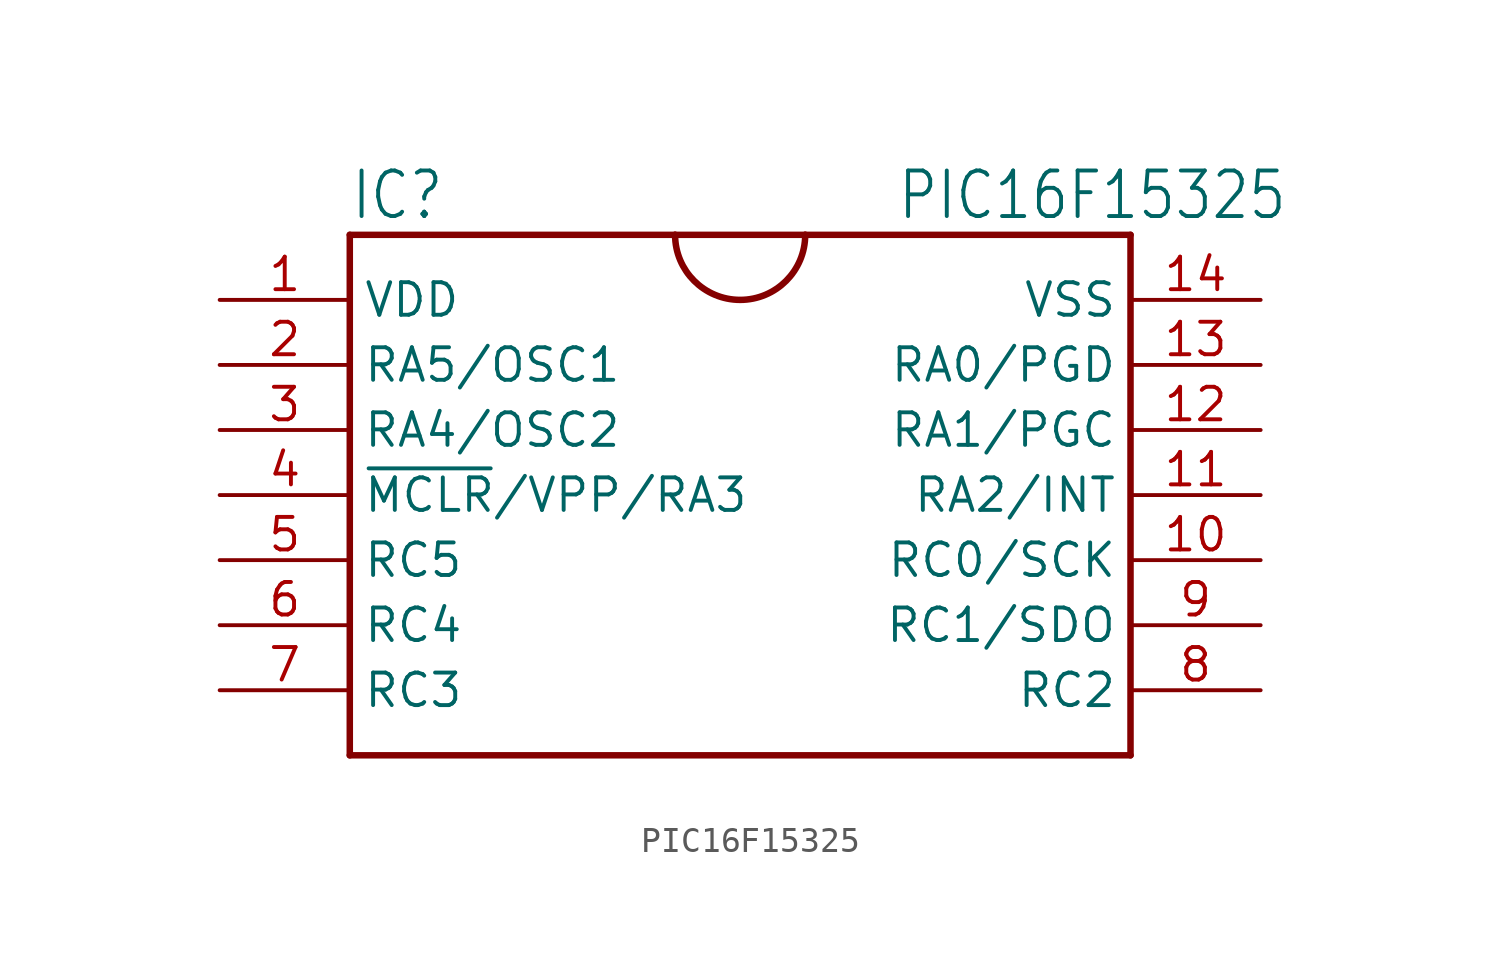
<source format=kicad_sym>
(kicad_symbol_lib
  (version 20211014)
  (generator kicad_symbol_editor)
  (symbol "PIC16F15325"
    (property "Reference" "IC"
      (at -15.24 8.128 0)
      (effects (font (size 1.778 1.511)) (justify left bottom)))
    (property "Value" "PIC16F15325"
      (at 6.096 8.128 0)
      (effects (font (size 1.778 1.511)) (justify left bottom)))
    (property "ki_locked" ""
      (at 0 0 0)
      (effects (font (size 1.27 1.27))))
    (symbol "PIC16F15325_1_0"
      (arc (start -2.54 7.62) (mid 0 5.08) (end 2.54 7.62) (stroke (width 0.254) (type default) (color 0 0 0 0)) (fill (type none)))
      (polyline (pts (xy -15.24 -12.7) (xy 15.24 -12.7)) (stroke (width 0.254) (type default) (color 0 0 0 0)) (fill (type none)))
      (polyline (pts (xy -15.24 7.62) (xy -15.24 -12.7)) (stroke (width 0.254) (type default) (color 0 0 0 0)) (fill (type none)))
      (polyline (pts (xy -2.54 7.62) (xy -15.24 7.62)) (stroke (width 0.254) (type default) (color 0 0 0 0)) (fill (type none)))
      (polyline (pts (xy 2.54 7.62) (xy -2.54 7.62)) (stroke (width 0.254) (type default) (color 0 0 0 0)) (fill (type none)))
      (polyline (pts (xy 15.24 -12.7) (xy 15.24 7.62)) (stroke (width 0.254) (type default) (color 0 0 0 0)) (fill (type none)))
      (polyline (pts (xy 15.24 7.62) (xy 2.54 7.62)) (stroke (width 0.254) (type default) (color 0 0 0 0)) (fill (type none)))
      (pin power_in line (at -20.32 5.08 0) (length 5.08) (name "VDD" (effects (font (size 1.27 1.27)))) (number "1" (effects (font (size 1.27 1.27)))))
      (pin bidirectional line (at 20.32 -5.08 180) (length 5.08) (name "RC0/SCK" (effects (font (size 1.27 1.27)))) (number "10" (effects (font (size 1.27 1.27)))))
      (pin bidirectional line (at 20.32 -2.54 180) (length 5.08) (name "RA2/INT" (effects (font (size 1.27 1.27)))) (number "11" (effects (font (size 1.27 1.27)))))
      (pin bidirectional line (at 20.32 0 180) (length 5.08) (name "RA1/PGC" (effects (font (size 1.27 1.27)))) (number "12" (effects (font (size 1.27 1.27)))))
      (pin bidirectional line (at 20.32 2.54 180) (length 5.08) (name "RA0/PGD" (effects (font (size 1.27 1.27)))) (number "13" (effects (font (size 1.27 1.27)))))
      (pin power_in line (at 20.32 5.08 180) (length 5.08) (name "VSS" (effects (font (size 1.27 1.27)))) (number "14" (effects (font (size 1.27 1.27)))))
      (pin bidirectional line (at -20.32 2.54 0) (length 5.08) (name "RA5/OSC1" (effects (font (size 1.27 1.27)))) (number "2" (effects (font (size 1.27 1.27)))))
      (pin bidirectional line (at -20.32 0 0) (length 5.08) (name "RA4/OSC2" (effects (font (size 1.27 1.27)))) (number "3" (effects (font (size 1.27 1.27)))))
      (pin bidirectional line (at -20.32 -2.54 0) (length 5.08) (name "~{MCLR}/VPP/RA3" (effects (font (size 1.27 1.27)))) (number "4" (effects (font (size 1.27 1.27)))))
      (pin bidirectional line (at -20.32 -5.08 0) (length 5.08) (name "RC5" (effects (font (size 1.27 1.27)))) (number "5" (effects (font (size 1.27 1.27)))))
      (pin bidirectional line (at -20.32 -7.62 0) (length 5.08) (name "RC4" (effects (font (size 1.27 1.27)))) (number "6" (effects (font (size 1.27 1.27)))))
      (pin bidirectional line (at -20.32 -10.16 0) (length 5.08) (name "RC3" (effects (font (size 1.27 1.27)))) (number "7" (effects (font (size 1.27 1.27)))))
      (pin bidirectional line (at 20.32 -10.16 180) (length 5.08) (name "RC2" (effects (font (size 1.27 1.27)))) (number "8" (effects (font (size 1.27 1.27)))))
      (pin bidirectional line (at 20.32 -7.62 180) (length 5.08) (name "RC1/SDO" (effects (font (size 1.27 1.27)))) (number "9" (effects (font (size 1.27 1.27))))))))
</source>
